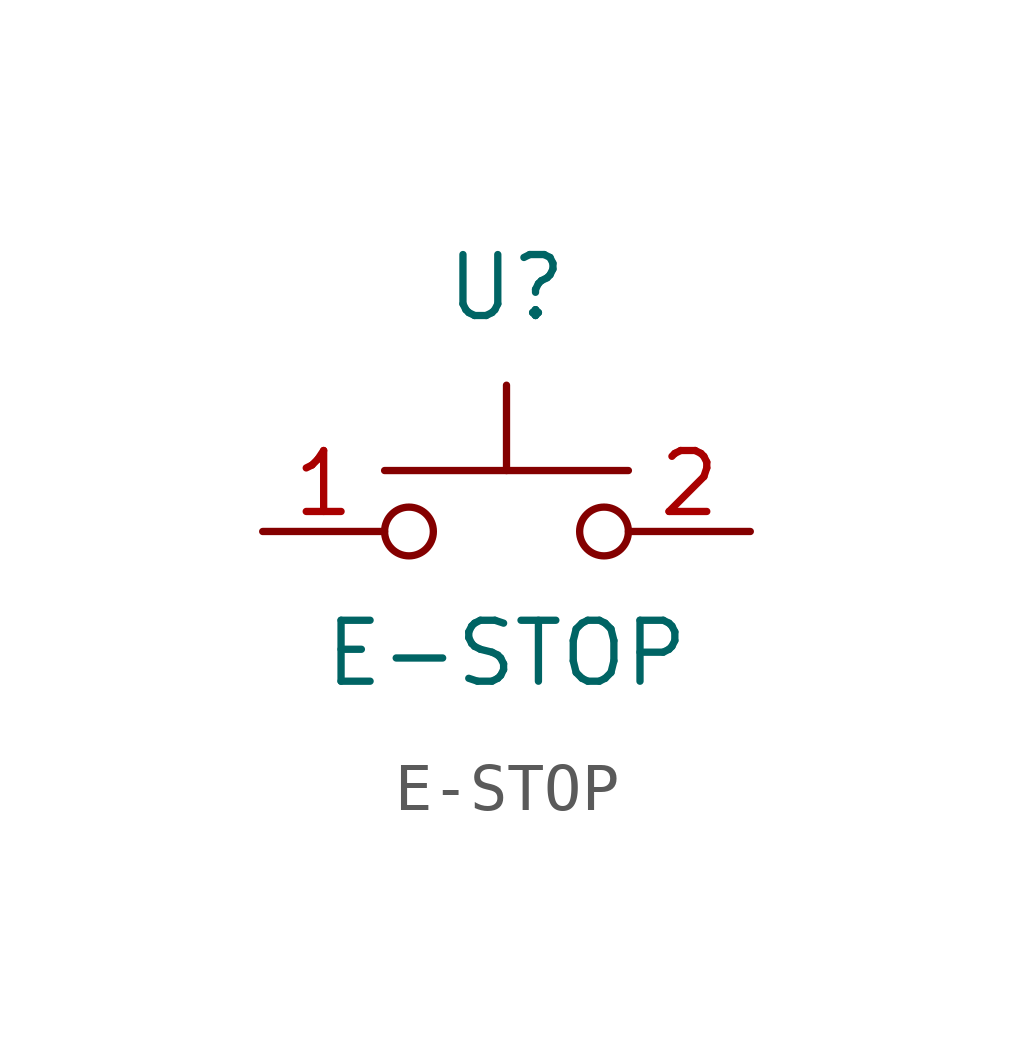
<source format=kicad_sym>
(kicad_symbol_lib
  (version 20241209)
  (generator "kicad_symbol_editor")
  (generator_version "9.0")
  (symbol "E-STOP"
    (property "Reference" "U"
      (at 0 3.81 0)
      (effects (font (size 1.27 1.27))))
    (property "Value" "E-STOP"
      (at 0 -3.81 0)
      (effects (font (size 1.27 1.27))))
    (symbol "E-STOP_0_1"
      (circle (center -2.032 -1.27) (radius 0.508) (stroke (width 0) (type default)) (fill (type none)))
      (polyline (pts (xy 0 0) (xy 0 1.778)) (stroke (width 0) (type default)) (fill (type none)))
      (circle (center 2.032 -1.27) (radius 0.508) (stroke (width 0) (type default)) (fill (type none)))
      (polyline (pts (xy 2.54 0) (xy -2.54 0)) (stroke (width 0) (type default)) (fill (type none))))
    (symbol "E-STOP_1_1"
      (pin passive line (at -5.08 -1.27 0) (length 2.54) (name "" (effects (font (size 1.27 1.27)))) (number "1" (effects (font (size 1.27 1.27)))))
      (pin passive line (at 5.08 -1.27 180) (length 2.54) (name "" (effects (font (size 1.27 1.27)))) (number "2" (effects (font (size 1.27 1.27))))))))
</source>
